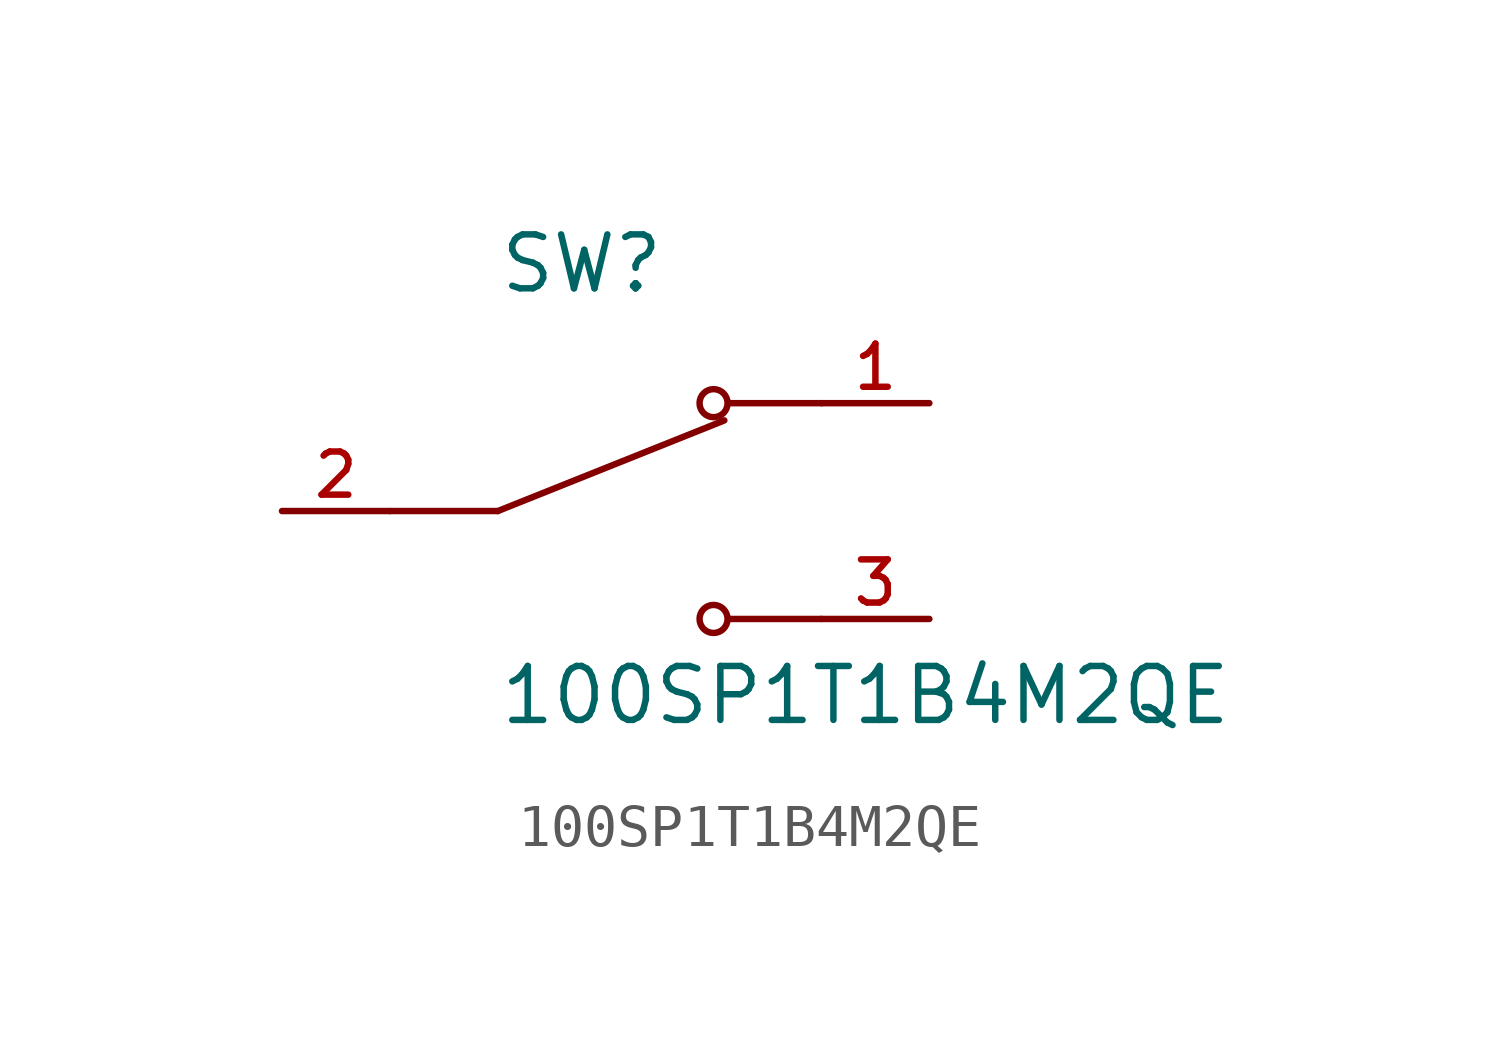
<source format=kicad_sym>
(kicad_symbol_lib
  (version 20211014)
  (generator kicad_symbol_editor)
  (symbol "100SP1T1B4M2QE"
    (pin_names
      (offset 1.016) hide)
    (property "Reference" "SW"
      (at -2.54 5.08 0)
      (effects (font (size 1.27 1.27)) (justify left bottom)))
    (property "Value" "100SP1T1B4M2QE"
      (at -2.54 -5.08 0)
      (effects (font (size 1.27 1.27)) (justify left bottom)))
    (symbol "100SP1T1B4M2QE_0_0"
      (polyline (pts (xy -2.54 0) (xy -5.08 0)) (stroke (width 0.152) (type default) (color 0 0 0 0)) (fill (type none)))
      (polyline (pts (xy -2.54 0) (xy 2.794 2.134)) (stroke (width 0.152) (type default) (color 0 0 0 0)) (fill (type none)))
      (polyline (pts (xy 5.08 -2.54) (xy 2.921 -2.54)) (stroke (width 0.152) (type default) (color 0 0 0 0)) (fill (type none)))
      (polyline (pts (xy 5.08 2.54) (xy 2.921 2.54)) (stroke (width 0.152) (type default) (color 0 0 0 0)) (fill (type none)))
      (circle (center 2.54 -2.54) (radius 0.33) (stroke (width 0.152) (type default) (color 0 0 0 0)) (fill (type none)))
      (circle (center 2.54 2.54) (radius 0.33) (stroke (width 0.152) (type default) (color 0 0 0 0)) (fill (type none)))
      (pin passive line (at 7.62 2.54 180) (length 2.54) (name "~" (effects (font (size 1.016 1.016)))) (number "1" (effects (font (size 1.016 1.016)))))
      (pin passive line (at -7.62 0 0) (length 2.54) (name "~" (effects (font (size 1.016 1.016)))) (number "2" (effects (font (size 1.016 1.016)))))
      (pin passive line (at 7.62 -2.54 180) (length 2.54) (name "~" (effects (font (size 1.016 1.016)))) (number "3" (effects (font (size 1.016 1.016))))))))
</source>
